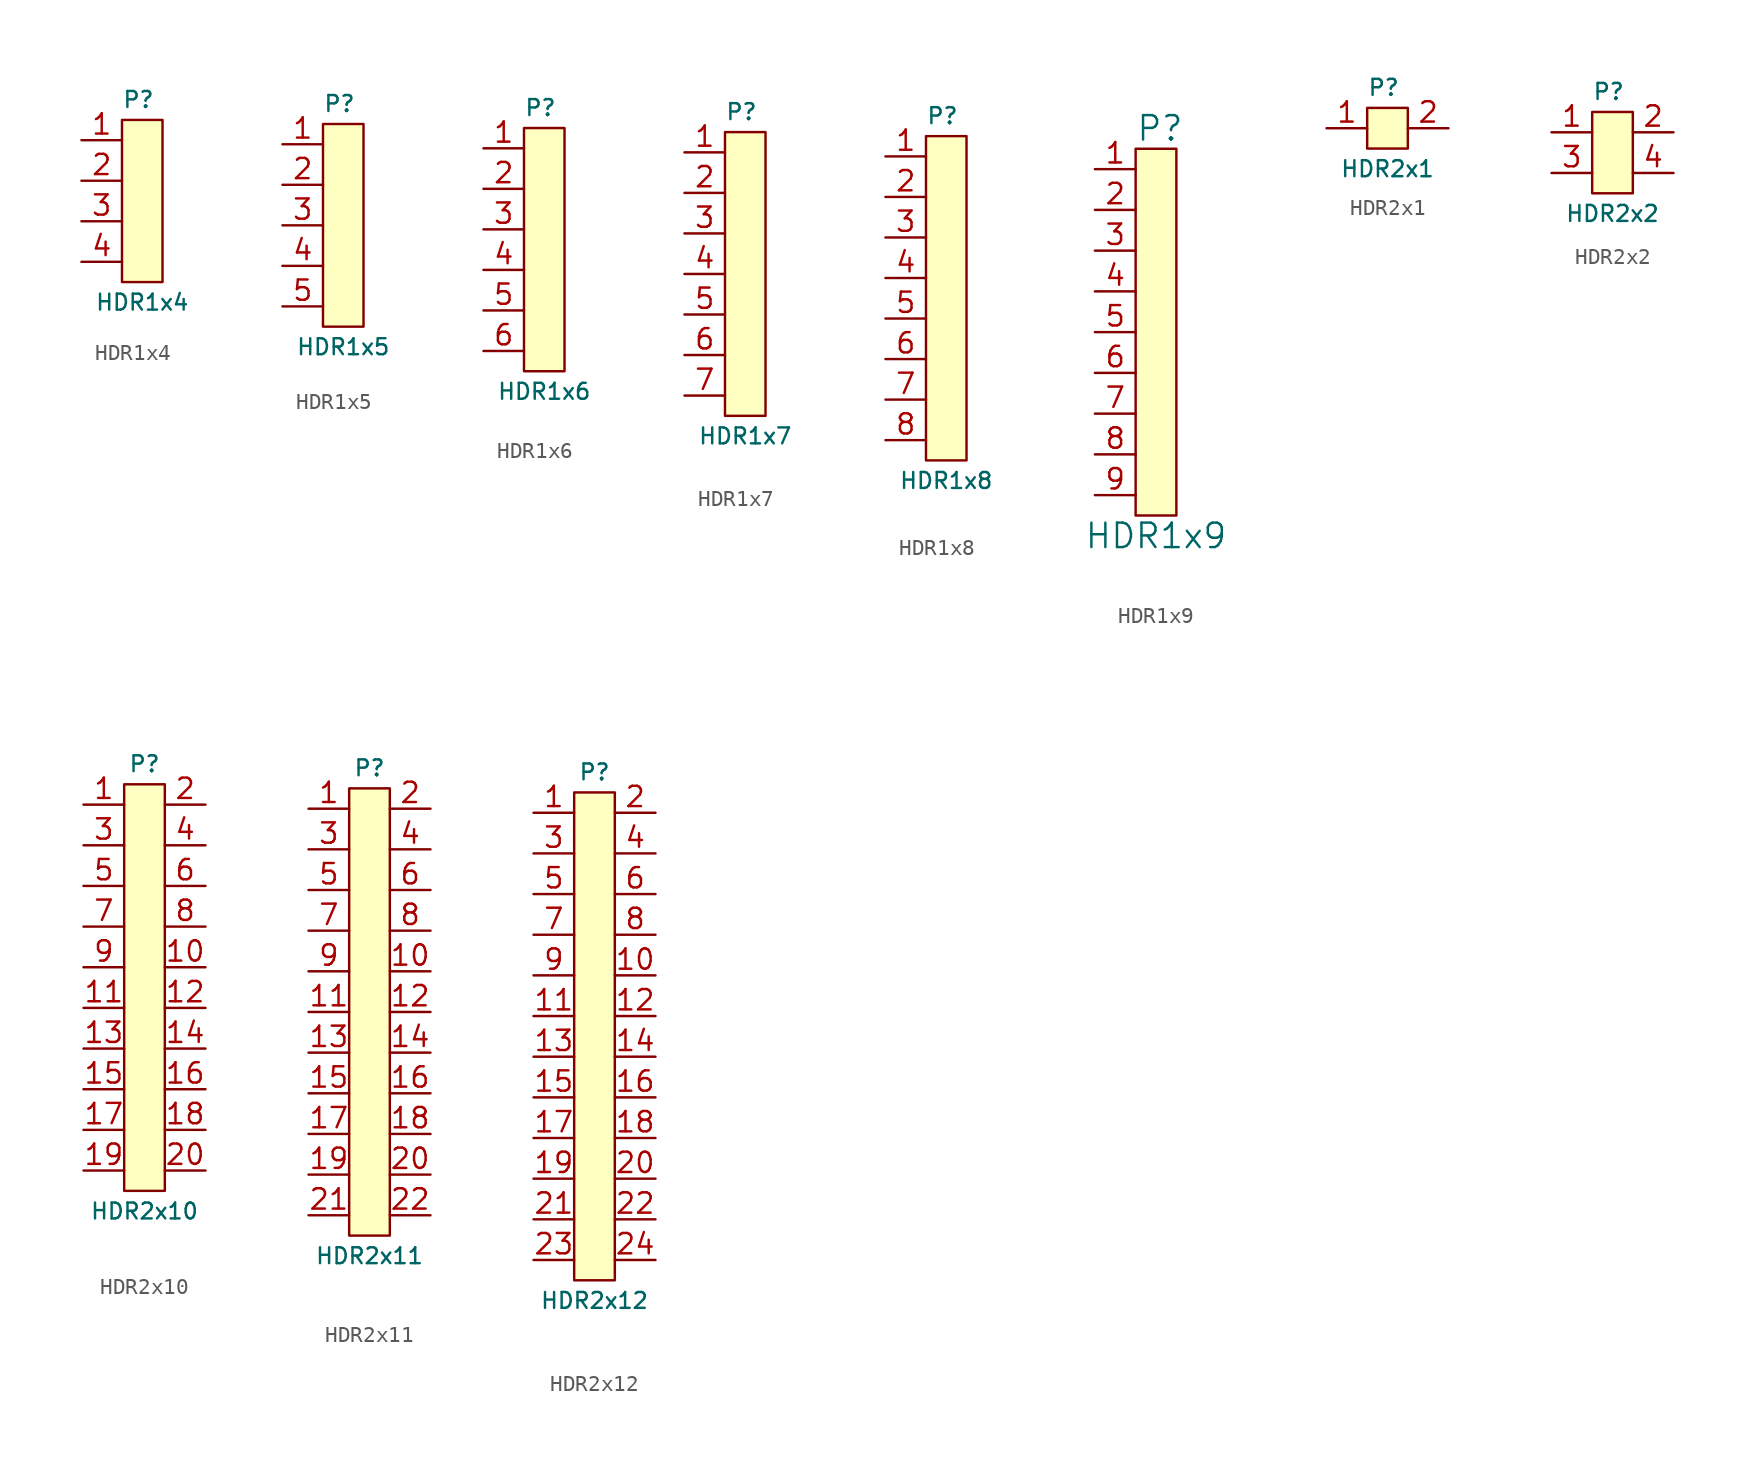
<source format=kicad_sym>
(kicad_symbol_lib
  (version 20231120)
  (generator "kicad_symbol_editor")
  (generator_version "8.0")
  (symbol "HDR1x4"
    (property "Reference" "P"
      (at -1.27 6.35 0)
      (effects (font (size 1 1)) (justify left)))
    (property "Value" "HDR1x4"
      (at 0 -6.35 0)
      (effects (font (size 1 1))))
    (symbol "HDR1x4_0_1"
      (rectangle (start -1.27 5.08) (end 1.27 -5.08) (stroke (width 0) (type default)) (fill (type background))))
    (symbol "HDR1x4_1_1"
      (pin unspecified line (at -3.81 3.81 0) (length 2.54) (name "~" (effects (font (size 1.27 1.27)))) (number "1" (effects (font (size 1.27 1.27)))))
      (pin unspecified line (at -3.81 1.27 0) (length 2.54) (name "~" (effects (font (size 1.27 1.27)))) (number "2" (effects (font (size 1.27 1.27)))))
      (pin unspecified line (at -3.81 -1.27 0) (length 2.54) (name "~" (effects (font (size 1.27 1.27)))) (number "3" (effects (font (size 1.27 1.27)))))
      (pin unspecified line (at -3.81 -3.81 0) (length 2.54) (name "~" (effects (font (size 1.27 1.27)))) (number "4" (effects (font (size 1.27 1.27)))))))
  (symbol "HDR1x5"
    (property "Reference" "P"
      (at -1.27 7.62 0)
      (effects (font (size 1 1)) (justify left)))
    (property "Value" "HDR1x5"
      (at 0 -7.62 0)
      (effects (font (size 1 1))))
    (symbol "HDR1x5_0_1"
      (rectangle (start -1.27 6.35) (end 1.27 -6.35) (stroke (width 0) (type default)) (fill (type background))))
    (symbol "HDR1x5_1_1"
      (pin passive line (at -3.81 5.08 0) (length 2.54) (name "~" (effects (font (size 1.27 1.27)))) (number "1" (effects (font (size 1.27 1.27)))))
      (pin passive line (at -3.81 2.54 0) (length 2.54) (name "~" (effects (font (size 1.27 1.27)))) (number "2" (effects (font (size 1.27 1.27)))))
      (pin passive line (at -3.81 0 0) (length 2.54) (name "~" (effects (font (size 1.27 1.27)))) (number "3" (effects (font (size 1.27 1.27)))))
      (pin passive line (at -3.81 -2.54 0) (length 2.54) (name "~" (effects (font (size 1.27 1.27)))) (number "4" (effects (font (size 1.27 1.27)))))
      (pin passive line (at -3.81 -5.08 0) (length 2.54) (name "~" (effects (font (size 1.27 1.27)))) (number "5" (effects (font (size 1.27 1.27)))))))
  (symbol "HDR1x6"
    (property "Reference" "P"
      (at -1.27 8.89 0)
      (effects (font (size 1 1)) (justify left)))
    (property "Value" "HDR1x6"
      (at 0 -8.89 0)
      (effects (font (size 1 1))))
    (symbol "HDR1x6_0_1"
      (rectangle (start -1.27 7.62) (end 1.27 -7.62) (stroke (width 0) (type default)) (fill (type background))))
    (symbol "HDR1x6_1_1"
      (pin unspecified line (at -3.81 6.35 0) (length 2.54) (name "~" (effects (font (size 1.27 1.27)))) (number "1" (effects (font (size 1.27 1.27)))))
      (pin unspecified line (at -3.81 3.81 0) (length 2.54) (name "~" (effects (font (size 1.27 1.27)))) (number "2" (effects (font (size 1.27 1.27)))))
      (pin unspecified line (at -3.81 1.27 0) (length 2.54) (name "~" (effects (font (size 1.27 1.27)))) (number "3" (effects (font (size 1.27 1.27)))))
      (pin unspecified line (at -3.81 -1.27 0) (length 2.54) (name "~" (effects (font (size 1.27 1.27)))) (number "4" (effects (font (size 1.27 1.27)))))
      (pin unspecified line (at -3.81 -3.81 0) (length 2.54) (name "~" (effects (font (size 1.27 1.27)))) (number "5" (effects (font (size 1.27 1.27)))))
      (pin unspecified line (at -3.81 -6.35 0) (length 2.54) (name "~" (effects (font (size 1.27 1.27)))) (number "6" (effects (font (size 1.27 1.27)))))))
  (symbol "HDR1x7"
    (property "Reference" "P"
      (at -1.27 10.16 0)
      (effects (font (size 1 1)) (justify left)))
    (property "Value" "HDR1x7"
      (at 0 -10.16 0)
      (effects (font (size 1 1))))
    (symbol "HDR1x7_0_1"
      (rectangle (start -1.27 8.89) (end 1.27 -8.89) (stroke (width 0) (type default)) (fill (type background))))
    (symbol "HDR1x7_1_1"
      (pin unspecified line (at -3.81 7.62 0) (length 2.54) (name "~" (effects (font (size 1.27 1.27)))) (number "1" (effects (font (size 1.27 1.27)))))
      (pin unspecified line (at -3.81 5.08 0) (length 2.54) (name "~" (effects (font (size 1.27 1.27)))) (number "2" (effects (font (size 1.27 1.27)))))
      (pin unspecified line (at -3.81 2.54 0) (length 2.54) (name "~" (effects (font (size 1.27 1.27)))) (number "3" (effects (font (size 1.27 1.27)))))
      (pin unspecified line (at -3.81 0 0) (length 2.54) (name "~" (effects (font (size 1.27 1.27)))) (number "4" (effects (font (size 1.27 1.27)))))
      (pin unspecified line (at -3.81 -2.54 0) (length 2.54) (name "~" (effects (font (size 1.27 1.27)))) (number "5" (effects (font (size 1.27 1.27)))))
      (pin unspecified line (at -3.81 -5.08 0) (length 2.54) (name "~" (effects (font (size 1.27 1.27)))) (number "6" (effects (font (size 1.27 1.27)))))
      (pin unspecified line (at -3.81 -7.62 0) (length 2.54) (name "~" (effects (font (size 1.27 1.27)))) (number "7" (effects (font (size 1.27 1.27)))))))
  (symbol "HDR1x8"
    (property "Reference" "P"
      (at -1.27 11.43 0)
      (effects (font (size 1 1)) (justify left)))
    (property "Value" "HDR1x8"
      (at 0 -11.43 0)
      (effects (font (size 1 1))))
    (symbol "HDR1x8_0_1"
      (rectangle (start -1.27 10.16) (end 1.27 -10.16) (stroke (width 0) (type default)) (fill (type background))))
    (symbol "HDR1x8_1_1"
      (pin unspecified line (at -3.81 8.89 0) (length 2.54) (name "~" (effects (font (size 1.27 1.27)))) (number "1" (effects (font (size 1.27 1.27)))))
      (pin unspecified line (at -3.81 6.35 0) (length 2.54) (name "~" (effects (font (size 1.27 1.27)))) (number "2" (effects (font (size 1.27 1.27)))))
      (pin unspecified line (at -3.81 3.81 0) (length 2.54) (name "~" (effects (font (size 1.27 1.27)))) (number "3" (effects (font (size 1.27 1.27)))))
      (pin unspecified line (at -3.81 1.27 0) (length 2.54) (name "~" (effects (font (size 1.27 1.27)))) (number "4" (effects (font (size 1.27 1.27)))))
      (pin unspecified line (at -3.81 -1.27 0) (length 2.54) (name "~" (effects (font (size 1.27 1.27)))) (number "5" (effects (font (size 1.27 1.27)))))
      (pin unspecified line (at -3.81 -3.81 0) (length 2.54) (name "~" (effects (font (size 1.27 1.27)))) (number "6" (effects (font (size 1.27 1.27)))))
      (pin unspecified line (at -3.81 -6.35 0) (length 2.54) (name "~" (effects (font (size 1.27 1.27)))) (number "7" (effects (font (size 1.27 1.27)))))
      (pin unspecified line (at -3.81 -8.89 0) (length 2.54) (name "~" (effects (font (size 1.27 1.27)))) (number "8" (effects (font (size 1.27 1.27)))))))
  (symbol "HDR1x9"
    (property "Reference" "P"
      (at -1.27 12.7 0)
      (effects (font (size 1.524 1.524)) (justify left)))
    (property "Value" "HDR1x9"
      (at 0 -12.7 0)
      (effects (font (size 1.524 1.524))))
    (symbol "HDR1x9_0_1"
      (rectangle (start -1.27 11.43) (end 1.27 -11.43) (stroke (width 0) (type default)) (fill (type background))))
    (symbol "HDR1x9_1_1"
      (pin unspecified line (at -3.81 10.16 0) (length 2.54) (name "~" (effects (font (size 1.27 1.27)))) (number "1" (effects (font (size 1.27 1.27)))))
      (pin unspecified line (at -3.81 7.62 0) (length 2.54) (name "~" (effects (font (size 1.27 1.27)))) (number "2" (effects (font (size 1.27 1.27)))))
      (pin unspecified line (at -3.81 5.08 0) (length 2.54) (name "~" (effects (font (size 1.27 1.27)))) (number "3" (effects (font (size 1.27 1.27)))))
      (pin unspecified line (at -3.81 2.54 0) (length 2.54) (name "~" (effects (font (size 1.27 1.27)))) (number "4" (effects (font (size 1.27 1.27)))))
      (pin unspecified line (at -3.81 0 0) (length 2.54) (name "~" (effects (font (size 1.27 1.27)))) (number "5" (effects (font (size 1.27 1.27)))))
      (pin unspecified line (at -3.81 -2.54 0) (length 2.54) (name "~" (effects (font (size 1.27 1.27)))) (number "6" (effects (font (size 1.27 1.27)))))
      (pin unspecified line (at -3.81 -5.08 0) (length 2.54) (name "~" (effects (font (size 1.27 1.27)))) (number "7" (effects (font (size 1.27 1.27)))))
      (pin unspecified line (at -3.81 -7.62 0) (length 2.54) (name "~" (effects (font (size 1.27 1.27)))) (number "8" (effects (font (size 1.27 1.27)))))
      (pin unspecified line (at -3.81 -10.16 0) (length 2.54) (name "~" (effects (font (size 1.27 1.27)))) (number "9" (effects (font (size 1.27 1.27)))))))
  (symbol "HDR2x1"
    (property "Reference" "P"
      (at -1.27 2.54 0)
      (effects (font (size 1 1)) (justify left)))
    (property "Value" "HDR2x1"
      (at 0 -2.54 0)
      (effects (font (size 1 1))))
    (symbol "HDR2x1_0_1"
      (rectangle (start -1.27 1.27) (end 1.27 -1.27) (stroke (width 0) (type default)) (fill (type background))))
    (symbol "HDR2x1_1_1"
      (pin unspecified line (at -3.81 0 0) (length 2.54) (name "~" (effects (font (size 1.27 1.27)))) (number "1" (effects (font (size 1.27 1.27)))))
      (pin unspecified line (at 3.81 0 180) (length 2.54) (name "~" (effects (font (size 1.27 1.27)))) (number "2" (effects (font (size 1.27 1.27)))))))
  (symbol "HDR2x2"
    (property "Reference" "P"
      (at -1.27 3.81 0)
      (effects (font (size 1 1)) (justify left)))
    (property "Value" "HDR2x2"
      (at 0 -3.81 0)
      (effects (font (size 1 1))))
    (symbol "HDR2x2_0_1"
      (rectangle (start -1.27 2.54) (end 1.27 -2.54) (stroke (width 0) (type default)) (fill (type background))))
    (symbol "HDR2x2_1_1"
      (pin unspecified line (at -3.81 1.27 0) (length 2.54) (name "~" (effects (font (size 1.27 1.27)))) (number "1" (effects (font (size 1.27 1.27)))))
      (pin unspecified line (at 3.81 1.27 180) (length 2.54) (name "~" (effects (font (size 1.27 1.27)))) (number "2" (effects (font (size 1.27 1.27)))))
      (pin unspecified line (at -3.81 -1.27 0) (length 2.54) (name "~" (effects (font (size 1.27 1.27)))) (number "3" (effects (font (size 1.27 1.27)))))
      (pin unspecified line (at 3.81 -1.27 180) (length 2.54) (name "~" (effects (font (size 1.27 1.27)))) (number "4" (effects (font (size 1.27 1.27)))))))
  (symbol "HDR2x10"
    (property "Reference" "P"
      (at 0 15.24 0)
      (effects (font (size 0.991 0.991))))
    (property "Value" "HDR2x10"
      (at 0 -12.7 0)
      (effects (font (size 0.991 0.991))))
    (symbol "HDR2x10_1_1"
      (rectangle (start -1.27 13.97) (end 1.27 -11.43) (stroke (width 0) (type default)) (fill (type background)))
      (pin passive line (at -3.81 12.7 0) (length 2.54) (name "~" (effects (font (size 1.27 1.27)))) (number "1" (effects (font (size 1.27 1.27)))))
      (pin passive line (at 3.81 2.54 180) (length 2.54) (name "~" (effects (font (size 1.27 1.27)))) (number "10" (effects (font (size 1.27 1.27)))))
      (pin passive line (at -3.81 0 0) (length 2.54) (name "~" (effects (font (size 1.27 1.27)))) (number "11" (effects (font (size 1.27 1.27)))))
      (pin passive line (at 3.81 0 180) (length 2.54) (name "~" (effects (font (size 1.27 1.27)))) (number "12" (effects (font (size 1.27 1.27)))))
      (pin passive line (at -3.81 -2.54 0) (length 2.54) (name "~" (effects (font (size 1.27 1.27)))) (number "13" (effects (font (size 1.27 1.27)))))
      (pin passive line (at 3.81 -2.54 180) (length 2.54) (name "~" (effects (font (size 1.27 1.27)))) (number "14" (effects (font (size 1.27 1.27)))))
      (pin passive line (at -3.81 -5.08 0) (length 2.54) (name "~" (effects (font (size 1.27 1.27)))) (number "15" (effects (font (size 1.27 1.27)))))
      (pin passive line (at 3.81 -5.08 180) (length 2.54) (name "~" (effects (font (size 1.27 1.27)))) (number "16" (effects (font (size 1.27 1.27)))))
      (pin passive line (at -3.81 -7.62 0) (length 2.54) (name "~" (effects (font (size 1.27 1.27)))) (number "17" (effects (font (size 1.27 1.27)))))
      (pin passive line (at 3.81 -7.62 180) (length 2.54) (name "~" (effects (font (size 1.27 1.27)))) (number "18" (effects (font (size 1.27 1.27)))))
      (pin passive line (at -3.81 -10.16 0) (length 2.54) (name "~" (effects (font (size 1.27 1.27)))) (number "19" (effects (font (size 1.27 1.27)))))
      (pin passive line (at 3.81 12.7 180) (length 2.54) (name "~" (effects (font (size 1.27 1.27)))) (number "2" (effects (font (size 1.27 1.27)))))
      (pin passive line (at 3.81 -10.16 180) (length 2.54) (name "~" (effects (font (size 1.27 1.27)))) (number "20" (effects (font (size 1.27 1.27)))))
      (pin passive line (at -3.81 10.16 0) (length 2.54) (name "~" (effects (font (size 1.27 1.27)))) (number "3" (effects (font (size 1.27 1.27)))))
      (pin passive line (at 3.81 10.16 180) (length 2.54) (name "~" (effects (font (size 1.27 1.27)))) (number "4" (effects (font (size 1.27 1.27)))))
      (pin passive line (at -3.81 7.62 0) (length 2.54) (name "~" (effects (font (size 1.27 1.27)))) (number "5" (effects (font (size 1.27 1.27)))))
      (pin passive line (at 3.81 7.62 180) (length 2.54) (name "~" (effects (font (size 1.27 1.27)))) (number "6" (effects (font (size 1.27 1.27)))))
      (pin passive line (at -3.81 5.08 0) (length 2.54) (name "~" (effects (font (size 1.27 1.27)))) (number "7" (effects (font (size 1.27 1.27)))))
      (pin passive line (at 3.81 5.08 180) (length 2.54) (name "~" (effects (font (size 1.27 1.27)))) (number "8" (effects (font (size 1.27 1.27)))))
      (pin passive line (at -3.81 2.54 0) (length 2.54) (name "~" (effects (font (size 1.27 1.27)))) (number "9" (effects (font (size 1.27 1.27)))))))
  (symbol "HDR2x11"
    (property "Reference" "P"
      (at 0 15.24 0)
      (effects (font (size 0.991 0.991))))
    (property "Value" "HDR2x11"
      (at 0 -15.24 0)
      (effects (font (size 0.991 0.991))))
    (symbol "HDR2x11_1_1"
      (rectangle (start -1.27 13.97) (end 1.27 -13.97) (stroke (width 0) (type default)) (fill (type background)))
      (pin passive line (at -3.81 12.7 0) (length 2.54) (name "~" (effects (font (size 1.27 1.27)))) (number "1" (effects (font (size 1.27 1.27)))))
      (pin passive line (at 3.81 2.54 180) (length 2.54) (name "~" (effects (font (size 1.27 1.27)))) (number "10" (effects (font (size 1.27 1.27)))))
      (pin passive line (at -3.81 0 0) (length 2.54) (name "~" (effects (font (size 1.27 1.27)))) (number "11" (effects (font (size 1.27 1.27)))))
      (pin passive line (at 3.81 0 180) (length 2.54) (name "~" (effects (font (size 1.27 1.27)))) (number "12" (effects (font (size 1.27 1.27)))))
      (pin passive line (at -3.81 -2.54 0) (length 2.54) (name "~" (effects (font (size 1.27 1.27)))) (number "13" (effects (font (size 1.27 1.27)))))
      (pin passive line (at 3.81 -2.54 180) (length 2.54) (name "~" (effects (font (size 1.27 1.27)))) (number "14" (effects (font (size 1.27 1.27)))))
      (pin passive line (at -3.81 -5.08 0) (length 2.54) (name "~" (effects (font (size 1.27 1.27)))) (number "15" (effects (font (size 1.27 1.27)))))
      (pin passive line (at 3.81 -5.08 180) (length 2.54) (name "~" (effects (font (size 1.27 1.27)))) (number "16" (effects (font (size 1.27 1.27)))))
      (pin passive line (at -3.81 -7.62 0) (length 2.54) (name "~" (effects (font (size 1.27 1.27)))) (number "17" (effects (font (size 1.27 1.27)))))
      (pin passive line (at 3.81 -7.62 180) (length 2.54) (name "~" (effects (font (size 1.27 1.27)))) (number "18" (effects (font (size 1.27 1.27)))))
      (pin passive line (at -3.81 -10.16 0) (length 2.54) (name "~" (effects (font (size 1.27 1.27)))) (number "19" (effects (font (size 1.27 1.27)))))
      (pin passive line (at 3.81 12.7 180) (length 2.54) (name "~" (effects (font (size 1.27 1.27)))) (number "2" (effects (font (size 1.27 1.27)))))
      (pin passive line (at 3.81 -10.16 180) (length 2.54) (name "~" (effects (font (size 1.27 1.27)))) (number "20" (effects (font (size 1.27 1.27)))))
      (pin passive line (at -3.81 -12.7 0) (length 2.54) (name "~" (effects (font (size 1.27 1.27)))) (number "21" (effects (font (size 1.27 1.27)))))
      (pin passive line (at 3.81 -12.7 180) (length 2.54) (name "~" (effects (font (size 1.27 1.27)))) (number "22" (effects (font (size 1.27 1.27)))))
      (pin passive line (at -3.81 10.16 0) (length 2.54) (name "~" (effects (font (size 1.27 1.27)))) (number "3" (effects (font (size 1.27 1.27)))))
      (pin passive line (at 3.81 10.16 180) (length 2.54) (name "~" (effects (font (size 1.27 1.27)))) (number "4" (effects (font (size 1.27 1.27)))))
      (pin passive line (at -3.81 7.62 0) (length 2.54) (name "~" (effects (font (size 1.27 1.27)))) (number "5" (effects (font (size 1.27 1.27)))))
      (pin passive line (at 3.81 7.62 180) (length 2.54) (name "~" (effects (font (size 1.27 1.27)))) (number "6" (effects (font (size 1.27 1.27)))))
      (pin passive line (at -3.81 5.08 0) (length 2.54) (name "~" (effects (font (size 1.27 1.27)))) (number "7" (effects (font (size 1.27 1.27)))))
      (pin passive line (at 3.81 5.08 180) (length 2.54) (name "~" (effects (font (size 1.27 1.27)))) (number "8" (effects (font (size 1.27 1.27)))))
      (pin passive line (at -3.81 2.54 0) (length 2.54) (name "~" (effects (font (size 1.27 1.27)))) (number "9" (effects (font (size 1.27 1.27)))))))
  (symbol "HDR2x12"
    (property "Reference" "P"
      (at 0 17.78 0)
      (effects (font (size 0.991 0.991))))
    (property "Value" "HDR2x12"
      (at 0 -15.24 0)
      (effects (font (size 0.991 0.991))))
    (symbol "HDR2x12_1_1"
      (rectangle (start -1.27 16.51) (end 1.27 -13.97) (stroke (width 0) (type default)) (fill (type background)))
      (pin passive line (at -3.81 15.24 0) (length 2.54) (name "~" (effects (font (size 1.27 1.27)))) (number "1" (effects (font (size 1.27 1.27)))))
      (pin passive line (at 3.81 5.08 180) (length 2.54) (name "~" (effects (font (size 1.27 1.27)))) (number "10" (effects (font (size 1.27 1.27)))))
      (pin passive line (at -3.81 2.54 0) (length 2.54) (name "~" (effects (font (size 1.27 1.27)))) (number "11" (effects (font (size 1.27 1.27)))))
      (pin passive line (at 3.81 2.54 180) (length 2.54) (name "~" (effects (font (size 1.27 1.27)))) (number "12" (effects (font (size 1.27 1.27)))))
      (pin passive line (at -3.81 0 0) (length 2.54) (name "~" (effects (font (size 1.27 1.27)))) (number "13" (effects (font (size 1.27 1.27)))))
      (pin passive line (at 3.81 0 180) (length 2.54) (name "~" (effects (font (size 1.27 1.27)))) (number "14" (effects (font (size 1.27 1.27)))))
      (pin passive line (at -3.81 -2.54 0) (length 2.54) (name "~" (effects (font (size 1.27 1.27)))) (number "15" (effects (font (size 1.27 1.27)))))
      (pin passive line (at 3.81 -2.54 180) (length 2.54) (name "~" (effects (font (size 1.27 1.27)))) (number "16" (effects (font (size 1.27 1.27)))))
      (pin passive line (at -3.81 -5.08 0) (length 2.54) (name "~" (effects (font (size 1.27 1.27)))) (number "17" (effects (font (size 1.27 1.27)))))
      (pin passive line (at 3.81 -5.08 180) (length 2.54) (name "~" (effects (font (size 1.27 1.27)))) (number "18" (effects (font (size 1.27 1.27)))))
      (pin passive line (at -3.81 -7.62 0) (length 2.54) (name "~" (effects (font (size 1.27 1.27)))) (number "19" (effects (font (size 1.27 1.27)))))
      (pin passive line (at 3.81 15.24 180) (length 2.54) (name "~" (effects (font (size 1.27 1.27)))) (number "2" (effects (font (size 1.27 1.27)))))
      (pin passive line (at 3.81 -7.62 180) (length 2.54) (name "~" (effects (font (size 1.27 1.27)))) (number "20" (effects (font (size 1.27 1.27)))))
      (pin passive line (at -3.81 -10.16 0) (length 2.54) (name "~" (effects (font (size 1.27 1.27)))) (number "21" (effects (font (size 1.27 1.27)))))
      (pin passive line (at 3.81 -10.16 180) (length 2.54) (name "~" (effects (font (size 1.27 1.27)))) (number "22" (effects (font (size 1.27 1.27)))))
      (pin passive line (at -3.81 -12.7 0) (length 2.54) (name "~" (effects (font (size 1.27 1.27)))) (number "23" (effects (font (size 1.27 1.27)))))
      (pin passive line (at 3.81 -12.7 180) (length 2.54) (name "~" (effects (font (size 1.27 1.27)))) (number "24" (effects (font (size 1.27 1.27)))))
      (pin passive line (at -3.81 12.7 0) (length 2.54) (name "~" (effects (font (size 1.27 1.27)))) (number "3" (effects (font (size 1.27 1.27)))))
      (pin passive line (at 3.81 12.7 180) (length 2.54) (name "~" (effects (font (size 1.27 1.27)))) (number "4" (effects (font (size 1.27 1.27)))))
      (pin passive line (at -3.81 10.16 0) (length 2.54) (name "~" (effects (font (size 1.27 1.27)))) (number "5" (effects (font (size 1.27 1.27)))))
      (pin passive line (at 3.81 10.16 180) (length 2.54) (name "~" (effects (font (size 1.27 1.27)))) (number "6" (effects (font (size 1.27 1.27)))))
      (pin passive line (at -3.81 7.62 0) (length 2.54) (name "~" (effects (font (size 1.27 1.27)))) (number "7" (effects (font (size 1.27 1.27)))))
      (pin passive line (at 3.81 7.62 180) (length 2.54) (name "~" (effects (font (size 1.27 1.27)))) (number "8" (effects (font (size 1.27 1.27)))))
      (pin passive line (at -3.81 5.08 0) (length 2.54) (name "~" (effects (font (size 1.27 1.27)))) (number "9" (effects (font (size 1.27 1.27))))))))
</source>
